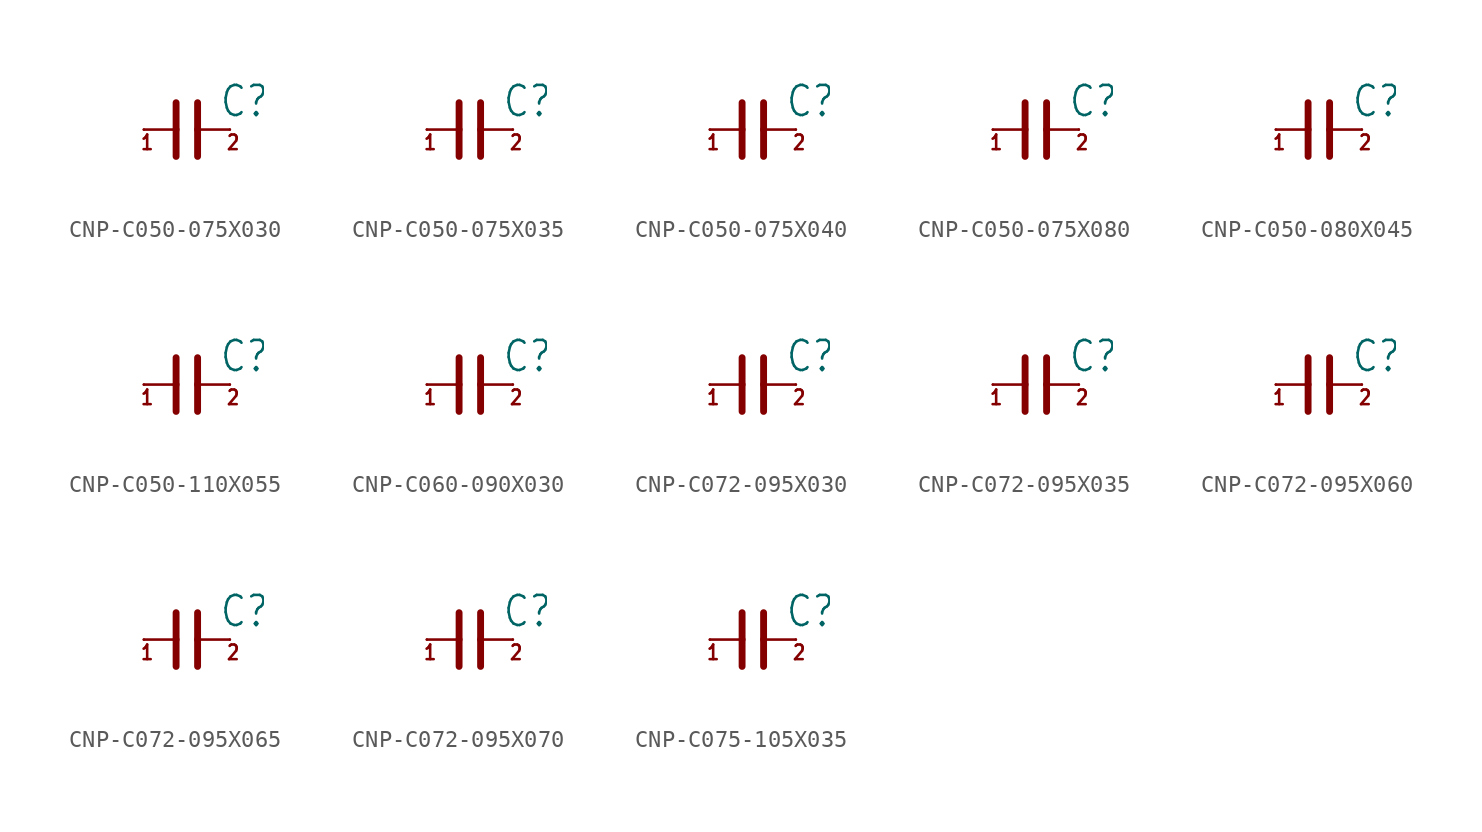
<source format=kicad_sym>
(kicad_symbol_lib
  (version 20220914)
  (generator kicad_symbol_editor)
  (symbol "CNP-C050-075X030"
    (property "Reference" "C"
      (at 1.905 0.635 0)
      (effects (font (size 1.778 1.511)) (justify left bottom)))
    (property "Value" ""
      (at -5.08 -4.128 0)
      (effects (font (size 1.778 1.511)) (justify left bottom)))
    (property "ki_locked" ""
      (at 0 0 0)
      (effects (font (size 1.27 1.27))))
    (symbol "CNP-C050-075X030_1_0"
      (polyline (pts (xy -2.54 0) (xy -0.635 0)) (stroke (width 0.152) (type solid)) (fill (type none)))
      (polyline (pts (xy -0.635 0) (xy -0.635 -1.587)) (stroke (width 0.406) (type solid)) (fill (type none)))
      (polyline (pts (xy -0.635 1.587) (xy -0.635 0)) (stroke (width 0.406) (type solid)) (fill (type none)))
      (polyline (pts (xy 0.635 0) (xy 0.635 -1.587)) (stroke (width 0.406) (type solid)) (fill (type none)))
      (polyline (pts (xy 0.635 1.587) (xy 0.635 0)) (stroke (width 0.406) (type solid)) (fill (type none)))
      (polyline (pts (xy 2.54 0) (xy 0.635 0)) (stroke (width 0.152) (type solid)) (fill (type none)))
      (text "1" (at -2.794 -1.27 0) (effects (font (size 0.864 0.734)) (justify left bottom)))
      (text "2" (at 2.286 -1.27 0) (effects (font (size 0.864 0.734)) (justify left bottom)))
      (pin passive line (at -2.54 0 0) (length 0) (name "1" (effects (font (size 0 0)))) (number "1" (effects (font (size 0 0)))))
      (pin passive line (at 2.54 0 180) (length 0) (name "2" (effects (font (size 0 0)))) (number "2" (effects (font (size 0 0)))))))
  (symbol "CNP-C050-075X035"
    (property "Reference" "C"
      (at 1.905 0.635 0)
      (effects (font (size 1.778 1.511)) (justify left bottom)))
    (property "Value" ""
      (at -5.08 -4.128 0)
      (effects (font (size 1.778 1.511)) (justify left bottom)))
    (property "ki_locked" ""
      (at 0 0 0)
      (effects (font (size 1.27 1.27))))
    (symbol "CNP-C050-075X035_1_0"
      (polyline (pts (xy -2.54 0) (xy -0.635 0)) (stroke (width 0.152) (type solid)) (fill (type none)))
      (polyline (pts (xy -0.635 0) (xy -0.635 -1.587)) (stroke (width 0.406) (type solid)) (fill (type none)))
      (polyline (pts (xy -0.635 1.587) (xy -0.635 0)) (stroke (width 0.406) (type solid)) (fill (type none)))
      (polyline (pts (xy 0.635 0) (xy 0.635 -1.587)) (stroke (width 0.406) (type solid)) (fill (type none)))
      (polyline (pts (xy 0.635 1.587) (xy 0.635 0)) (stroke (width 0.406) (type solid)) (fill (type none)))
      (polyline (pts (xy 2.54 0) (xy 0.635 0)) (stroke (width 0.152) (type solid)) (fill (type none)))
      (text "1" (at -2.794 -1.27 0) (effects (font (size 0.864 0.734)) (justify left bottom)))
      (text "2" (at 2.286 -1.27 0) (effects (font (size 0.864 0.734)) (justify left bottom)))
      (pin passive line (at -2.54 0 0) (length 0) (name "1" (effects (font (size 0 0)))) (number "1" (effects (font (size 0 0)))))
      (pin passive line (at 2.54 0 180) (length 0) (name "2" (effects (font (size 0 0)))) (number "2" (effects (font (size 0 0)))))))
  (symbol "CNP-C050-075X040"
    (property "Reference" "C"
      (at 1.905 0.635 0)
      (effects (font (size 1.778 1.511)) (justify left bottom)))
    (property "Value" ""
      (at -5.08 -4.128 0)
      (effects (font (size 1.778 1.511)) (justify left bottom)))
    (property "ki_locked" ""
      (at 0 0 0)
      (effects (font (size 1.27 1.27))))
    (symbol "CNP-C050-075X040_1_0"
      (polyline (pts (xy -2.54 0) (xy -0.635 0)) (stroke (width 0.152) (type solid)) (fill (type none)))
      (polyline (pts (xy -0.635 0) (xy -0.635 -1.587)) (stroke (width 0.406) (type solid)) (fill (type none)))
      (polyline (pts (xy -0.635 1.587) (xy -0.635 0)) (stroke (width 0.406) (type solid)) (fill (type none)))
      (polyline (pts (xy 0.635 0) (xy 0.635 -1.587)) (stroke (width 0.406) (type solid)) (fill (type none)))
      (polyline (pts (xy 0.635 1.587) (xy 0.635 0)) (stroke (width 0.406) (type solid)) (fill (type none)))
      (polyline (pts (xy 2.54 0) (xy 0.635 0)) (stroke (width 0.152) (type solid)) (fill (type none)))
      (text "1" (at -2.794 -1.27 0) (effects (font (size 0.864 0.734)) (justify left bottom)))
      (text "2" (at 2.286 -1.27 0) (effects (font (size 0.864 0.734)) (justify left bottom)))
      (pin passive line (at -2.54 0 0) (length 0) (name "1" (effects (font (size 0 0)))) (number "1" (effects (font (size 0 0)))))
      (pin passive line (at 2.54 0 180) (length 0) (name "2" (effects (font (size 0 0)))) (number "2" (effects (font (size 0 0)))))))
  (symbol "CNP-C050-075X080"
    (property "Reference" "C"
      (at 1.905 0.635 0)
      (effects (font (size 1.778 1.511)) (justify left bottom)))
    (property "Value" ""
      (at -5.08 -4.128 0)
      (effects (font (size 1.778 1.511)) (justify left bottom)))
    (property "ki_locked" ""
      (at 0 0 0)
      (effects (font (size 1.27 1.27))))
    (symbol "CNP-C050-075X080_1_0"
      (polyline (pts (xy -2.54 0) (xy -0.635 0)) (stroke (width 0.152) (type solid)) (fill (type none)))
      (polyline (pts (xy -0.635 0) (xy -0.635 -1.587)) (stroke (width 0.406) (type solid)) (fill (type none)))
      (polyline (pts (xy -0.635 1.587) (xy -0.635 0)) (stroke (width 0.406) (type solid)) (fill (type none)))
      (polyline (pts (xy 0.635 0) (xy 0.635 -1.587)) (stroke (width 0.406) (type solid)) (fill (type none)))
      (polyline (pts (xy 0.635 1.587) (xy 0.635 0)) (stroke (width 0.406) (type solid)) (fill (type none)))
      (polyline (pts (xy 2.54 0) (xy 0.635 0)) (stroke (width 0.152) (type solid)) (fill (type none)))
      (text "1" (at -2.794 -1.27 0) (effects (font (size 0.864 0.734)) (justify left bottom)))
      (text "2" (at 2.286 -1.27 0) (effects (font (size 0.864 0.734)) (justify left bottom)))
      (pin passive line (at -2.54 0 0) (length 0) (name "1" (effects (font (size 0 0)))) (number "1" (effects (font (size 0 0)))))
      (pin passive line (at 2.54 0 180) (length 0) (name "2" (effects (font (size 0 0)))) (number "2" (effects (font (size 0 0)))))))
  (symbol "CNP-C050-080X045"
    (property "Reference" "C"
      (at 1.905 0.635 0)
      (effects (font (size 1.778 1.511)) (justify left bottom)))
    (property "Value" ""
      (at -5.08 -4.128 0)
      (effects (font (size 1.778 1.511)) (justify left bottom)))
    (property "ki_locked" ""
      (at 0 0 0)
      (effects (font (size 1.27 1.27))))
    (symbol "CNP-C050-080X045_1_0"
      (polyline (pts (xy -2.54 0) (xy -0.635 0)) (stroke (width 0.152) (type solid)) (fill (type none)))
      (polyline (pts (xy -0.635 0) (xy -0.635 -1.587)) (stroke (width 0.406) (type solid)) (fill (type none)))
      (polyline (pts (xy -0.635 1.587) (xy -0.635 0)) (stroke (width 0.406) (type solid)) (fill (type none)))
      (polyline (pts (xy 0.635 0) (xy 0.635 -1.587)) (stroke (width 0.406) (type solid)) (fill (type none)))
      (polyline (pts (xy 0.635 1.587) (xy 0.635 0)) (stroke (width 0.406) (type solid)) (fill (type none)))
      (polyline (pts (xy 2.54 0) (xy 0.635 0)) (stroke (width 0.152) (type solid)) (fill (type none)))
      (text "1" (at -2.794 -1.27 0) (effects (font (size 0.864 0.734)) (justify left bottom)))
      (text "2" (at 2.286 -1.27 0) (effects (font (size 0.864 0.734)) (justify left bottom)))
      (pin passive line (at -2.54 0 0) (length 0) (name "1" (effects (font (size 0 0)))) (number "1" (effects (font (size 0 0)))))
      (pin passive line (at 2.54 0 180) (length 0) (name "2" (effects (font (size 0 0)))) (number "2" (effects (font (size 0 0)))))))
  (symbol "CNP-C050-110X055"
    (property "Reference" "C"
      (at 1.905 0.635 0)
      (effects (font (size 1.778 1.511)) (justify left bottom)))
    (property "Value" ""
      (at -5.08 -4.128 0)
      (effects (font (size 1.778 1.511)) (justify left bottom)))
    (property "ki_locked" ""
      (at 0 0 0)
      (effects (font (size 1.27 1.27))))
    (symbol "CNP-C050-110X055_1_0"
      (polyline (pts (xy -2.54 0) (xy -0.635 0)) (stroke (width 0.152) (type solid)) (fill (type none)))
      (polyline (pts (xy -0.635 0) (xy -0.635 -1.587)) (stroke (width 0.406) (type solid)) (fill (type none)))
      (polyline (pts (xy -0.635 1.587) (xy -0.635 0)) (stroke (width 0.406) (type solid)) (fill (type none)))
      (polyline (pts (xy 0.635 0) (xy 0.635 -1.587)) (stroke (width 0.406) (type solid)) (fill (type none)))
      (polyline (pts (xy 0.635 1.587) (xy 0.635 0)) (stroke (width 0.406) (type solid)) (fill (type none)))
      (polyline (pts (xy 2.54 0) (xy 0.635 0)) (stroke (width 0.152) (type solid)) (fill (type none)))
      (text "1" (at -2.794 -1.27 0) (effects (font (size 0.864 0.734)) (justify left bottom)))
      (text "2" (at 2.286 -1.27 0) (effects (font (size 0.864 0.734)) (justify left bottom)))
      (pin passive line (at -2.54 0 0) (length 0) (name "1" (effects (font (size 0 0)))) (number "1" (effects (font (size 0 0)))))
      (pin passive line (at 2.54 0 180) (length 0) (name "2" (effects (font (size 0 0)))) (number "2" (effects (font (size 0 0)))))))
  (symbol "CNP-C060-090X030"
    (property "Reference" "C"
      (at 1.905 0.635 0)
      (effects (font (size 1.778 1.511)) (justify left bottom)))
    (property "Value" ""
      (at -5.08 -4.128 0)
      (effects (font (size 1.778 1.511)) (justify left bottom)))
    (property "ki_locked" ""
      (at 0 0 0)
      (effects (font (size 1.27 1.27))))
    (symbol "CNP-C060-090X030_1_0"
      (polyline (pts (xy -2.54 0) (xy -0.635 0)) (stroke (width 0.152) (type solid)) (fill (type none)))
      (polyline (pts (xy -0.635 0) (xy -0.635 -1.587)) (stroke (width 0.406) (type solid)) (fill (type none)))
      (polyline (pts (xy -0.635 1.587) (xy -0.635 0)) (stroke (width 0.406) (type solid)) (fill (type none)))
      (polyline (pts (xy 0.635 0) (xy 0.635 -1.587)) (stroke (width 0.406) (type solid)) (fill (type none)))
      (polyline (pts (xy 0.635 1.587) (xy 0.635 0)) (stroke (width 0.406) (type solid)) (fill (type none)))
      (polyline (pts (xy 2.54 0) (xy 0.635 0)) (stroke (width 0.152) (type solid)) (fill (type none)))
      (text "1" (at -2.794 -1.27 0) (effects (font (size 0.864 0.734)) (justify left bottom)))
      (text "2" (at 2.286 -1.27 0) (effects (font (size 0.864 0.734)) (justify left bottom)))
      (pin passive line (at -2.54 0 0) (length 0) (name "1" (effects (font (size 0 0)))) (number "1" (effects (font (size 0 0)))))
      (pin passive line (at 2.54 0 180) (length 0) (name "2" (effects (font (size 0 0)))) (number "2" (effects (font (size 0 0)))))))
  (symbol "CNP-C072-095X030"
    (property "Reference" "C"
      (at 1.905 0.635 0)
      (effects (font (size 1.778 1.511)) (justify left bottom)))
    (property "Value" ""
      (at -5.08 -4.128 0)
      (effects (font (size 1.778 1.511)) (justify left bottom)))
    (property "ki_locked" ""
      (at 0 0 0)
      (effects (font (size 1.27 1.27))))
    (symbol "CNP-C072-095X030_1_0"
      (polyline (pts (xy -2.54 0) (xy -0.635 0)) (stroke (width 0.152) (type solid)) (fill (type none)))
      (polyline (pts (xy -0.635 0) (xy -0.635 -1.587)) (stroke (width 0.406) (type solid)) (fill (type none)))
      (polyline (pts (xy -0.635 1.587) (xy -0.635 0)) (stroke (width 0.406) (type solid)) (fill (type none)))
      (polyline (pts (xy 0.635 0) (xy 0.635 -1.587)) (stroke (width 0.406) (type solid)) (fill (type none)))
      (polyline (pts (xy 0.635 1.587) (xy 0.635 0)) (stroke (width 0.406) (type solid)) (fill (type none)))
      (polyline (pts (xy 2.54 0) (xy 0.635 0)) (stroke (width 0.152) (type solid)) (fill (type none)))
      (text "1" (at -2.794 -1.27 0) (effects (font (size 0.864 0.734)) (justify left bottom)))
      (text "2" (at 2.286 -1.27 0) (effects (font (size 0.864 0.734)) (justify left bottom)))
      (pin passive line (at -2.54 0 0) (length 0) (name "1" (effects (font (size 0 0)))) (number "1" (effects (font (size 0 0)))))
      (pin passive line (at 2.54 0 180) (length 0) (name "2" (effects (font (size 0 0)))) (number "2" (effects (font (size 0 0)))))))
  (symbol "CNP-C072-095X035"
    (property "Reference" "C"
      (at 1.905 0.635 0)
      (effects (font (size 1.778 1.511)) (justify left bottom)))
    (property "Value" ""
      (at -5.08 -4.128 0)
      (effects (font (size 1.778 1.511)) (justify left bottom)))
    (property "ki_locked" ""
      (at 0 0 0)
      (effects (font (size 1.27 1.27))))
    (symbol "CNP-C072-095X035_1_0"
      (polyline (pts (xy -2.54 0) (xy -0.635 0)) (stroke (width 0.152) (type solid)) (fill (type none)))
      (polyline (pts (xy -0.635 0) (xy -0.635 -1.587)) (stroke (width 0.406) (type solid)) (fill (type none)))
      (polyline (pts (xy -0.635 1.587) (xy -0.635 0)) (stroke (width 0.406) (type solid)) (fill (type none)))
      (polyline (pts (xy 0.635 0) (xy 0.635 -1.587)) (stroke (width 0.406) (type solid)) (fill (type none)))
      (polyline (pts (xy 0.635 1.587) (xy 0.635 0)) (stroke (width 0.406) (type solid)) (fill (type none)))
      (polyline (pts (xy 2.54 0) (xy 0.635 0)) (stroke (width 0.152) (type solid)) (fill (type none)))
      (text "1" (at -2.794 -1.27 0) (effects (font (size 0.864 0.734)) (justify left bottom)))
      (text "2" (at 2.286 -1.27 0) (effects (font (size 0.864 0.734)) (justify left bottom)))
      (pin passive line (at -2.54 0 0) (length 0) (name "1" (effects (font (size 0 0)))) (number "1" (effects (font (size 0 0)))))
      (pin passive line (at 2.54 0 180) (length 0) (name "2" (effects (font (size 0 0)))) (number "2" (effects (font (size 0 0)))))))
  (symbol "CNP-C072-095X060"
    (property "Reference" "C"
      (at 1.905 0.635 0)
      (effects (font (size 1.778 1.511)) (justify left bottom)))
    (property "Value" ""
      (at -5.08 -4.128 0)
      (effects (font (size 1.778 1.511)) (justify left bottom)))
    (property "ki_locked" ""
      (at 0 0 0)
      (effects (font (size 1.27 1.27))))
    (symbol "CNP-C072-095X060_1_0"
      (polyline (pts (xy -2.54 0) (xy -0.635 0)) (stroke (width 0.152) (type solid)) (fill (type none)))
      (polyline (pts (xy -0.635 0) (xy -0.635 -1.587)) (stroke (width 0.406) (type solid)) (fill (type none)))
      (polyline (pts (xy -0.635 1.587) (xy -0.635 0)) (stroke (width 0.406) (type solid)) (fill (type none)))
      (polyline (pts (xy 0.635 0) (xy 0.635 -1.587)) (stroke (width 0.406) (type solid)) (fill (type none)))
      (polyline (pts (xy 0.635 1.587) (xy 0.635 0)) (stroke (width 0.406) (type solid)) (fill (type none)))
      (polyline (pts (xy 2.54 0) (xy 0.635 0)) (stroke (width 0.152) (type solid)) (fill (type none)))
      (text "1" (at -2.794 -1.27 0) (effects (font (size 0.864 0.734)) (justify left bottom)))
      (text "2" (at 2.286 -1.27 0) (effects (font (size 0.864 0.734)) (justify left bottom)))
      (pin passive line (at -2.54 0 0) (length 0) (name "1" (effects (font (size 0 0)))) (number "1" (effects (font (size 0 0)))))
      (pin passive line (at 2.54 0 180) (length 0) (name "2" (effects (font (size 0 0)))) (number "2" (effects (font (size 0 0)))))))
  (symbol "CNP-C072-095X065"
    (property "Reference" "C"
      (at 1.905 0.635 0)
      (effects (font (size 1.778 1.511)) (justify left bottom)))
    (property "Value" ""
      (at -5.08 -4.128 0)
      (effects (font (size 1.778 1.511)) (justify left bottom)))
    (property "ki_locked" ""
      (at 0 0 0)
      (effects (font (size 1.27 1.27))))
    (symbol "CNP-C072-095X065_1_0"
      (polyline (pts (xy -2.54 0) (xy -0.635 0)) (stroke (width 0.152) (type solid)) (fill (type none)))
      (polyline (pts (xy -0.635 0) (xy -0.635 -1.587)) (stroke (width 0.406) (type solid)) (fill (type none)))
      (polyline (pts (xy -0.635 1.587) (xy -0.635 0)) (stroke (width 0.406) (type solid)) (fill (type none)))
      (polyline (pts (xy 0.635 0) (xy 0.635 -1.587)) (stroke (width 0.406) (type solid)) (fill (type none)))
      (polyline (pts (xy 0.635 1.587) (xy 0.635 0)) (stroke (width 0.406) (type solid)) (fill (type none)))
      (polyline (pts (xy 2.54 0) (xy 0.635 0)) (stroke (width 0.152) (type solid)) (fill (type none)))
      (text "1" (at -2.794 -1.27 0) (effects (font (size 0.864 0.734)) (justify left bottom)))
      (text "2" (at 2.286 -1.27 0) (effects (font (size 0.864 0.734)) (justify left bottom)))
      (pin passive line (at -2.54 0 0) (length 0) (name "1" (effects (font (size 0 0)))) (number "1" (effects (font (size 0 0)))))
      (pin passive line (at 2.54 0 180) (length 0) (name "2" (effects (font (size 0 0)))) (number "2" (effects (font (size 0 0)))))))
  (symbol "CNP-C072-095X070"
    (property "Reference" "C"
      (at 1.905 0.635 0)
      (effects (font (size 1.778 1.511)) (justify left bottom)))
    (property "Value" ""
      (at -5.08 -4.128 0)
      (effects (font (size 1.778 1.511)) (justify left bottom)))
    (property "ki_locked" ""
      (at 0 0 0)
      (effects (font (size 1.27 1.27))))
    (symbol "CNP-C072-095X070_1_0"
      (polyline (pts (xy -2.54 0) (xy -0.635 0)) (stroke (width 0.152) (type solid)) (fill (type none)))
      (polyline (pts (xy -0.635 0) (xy -0.635 -1.587)) (stroke (width 0.406) (type solid)) (fill (type none)))
      (polyline (pts (xy -0.635 1.587) (xy -0.635 0)) (stroke (width 0.406) (type solid)) (fill (type none)))
      (polyline (pts (xy 0.635 0) (xy 0.635 -1.587)) (stroke (width 0.406) (type solid)) (fill (type none)))
      (polyline (pts (xy 0.635 1.587) (xy 0.635 0)) (stroke (width 0.406) (type solid)) (fill (type none)))
      (polyline (pts (xy 2.54 0) (xy 0.635 0)) (stroke (width 0.152) (type solid)) (fill (type none)))
      (text "1" (at -2.794 -1.27 0) (effects (font (size 0.864 0.734)) (justify left bottom)))
      (text "2" (at 2.286 -1.27 0) (effects (font (size 0.864 0.734)) (justify left bottom)))
      (pin passive line (at -2.54 0 0) (length 0) (name "1" (effects (font (size 0 0)))) (number "1" (effects (font (size 0 0)))))
      (pin passive line (at 2.54 0 180) (length 0) (name "2" (effects (font (size 0 0)))) (number "2" (effects (font (size 0 0)))))))
  (symbol "CNP-C075-105X035"
    (property "Reference" "C"
      (at 1.905 0.635 0)
      (effects (font (size 1.778 1.511)) (justify left bottom)))
    (property "Value" ""
      (at -5.08 -4.128 0)
      (effects (font (size 1.778 1.511)) (justify left bottom)))
    (property "ki_locked" ""
      (at 0 0 0)
      (effects (font (size 1.27 1.27))))
    (symbol "CNP-C075-105X035_1_0"
      (polyline (pts (xy -2.54 0) (xy -0.635 0)) (stroke (width 0.152) (type solid)) (fill (type none)))
      (polyline (pts (xy -0.635 0) (xy -0.635 -1.587)) (stroke (width 0.406) (type solid)) (fill (type none)))
      (polyline (pts (xy -0.635 1.587) (xy -0.635 0)) (stroke (width 0.406) (type solid)) (fill (type none)))
      (polyline (pts (xy 0.635 0) (xy 0.635 -1.587)) (stroke (width 0.406) (type solid)) (fill (type none)))
      (polyline (pts (xy 0.635 1.587) (xy 0.635 0)) (stroke (width 0.406) (type solid)) (fill (type none)))
      (polyline (pts (xy 2.54 0) (xy 0.635 0)) (stroke (width 0.152) (type solid)) (fill (type none)))
      (text "1" (at -2.794 -1.27 0) (effects (font (size 0.864 0.734)) (justify left bottom)))
      (text "2" (at 2.286 -1.27 0) (effects (font (size 0.864 0.734)) (justify left bottom)))
      (pin passive line (at -2.54 0 0) (length 0) (name "1" (effects (font (size 0 0)))) (number "1" (effects (font (size 0 0)))))
      (pin passive line (at 2.54 0 180) (length 0) (name "2" (effects (font (size 0 0)))) (number "2" (effects (font (size 0 0))))))))
</source>
